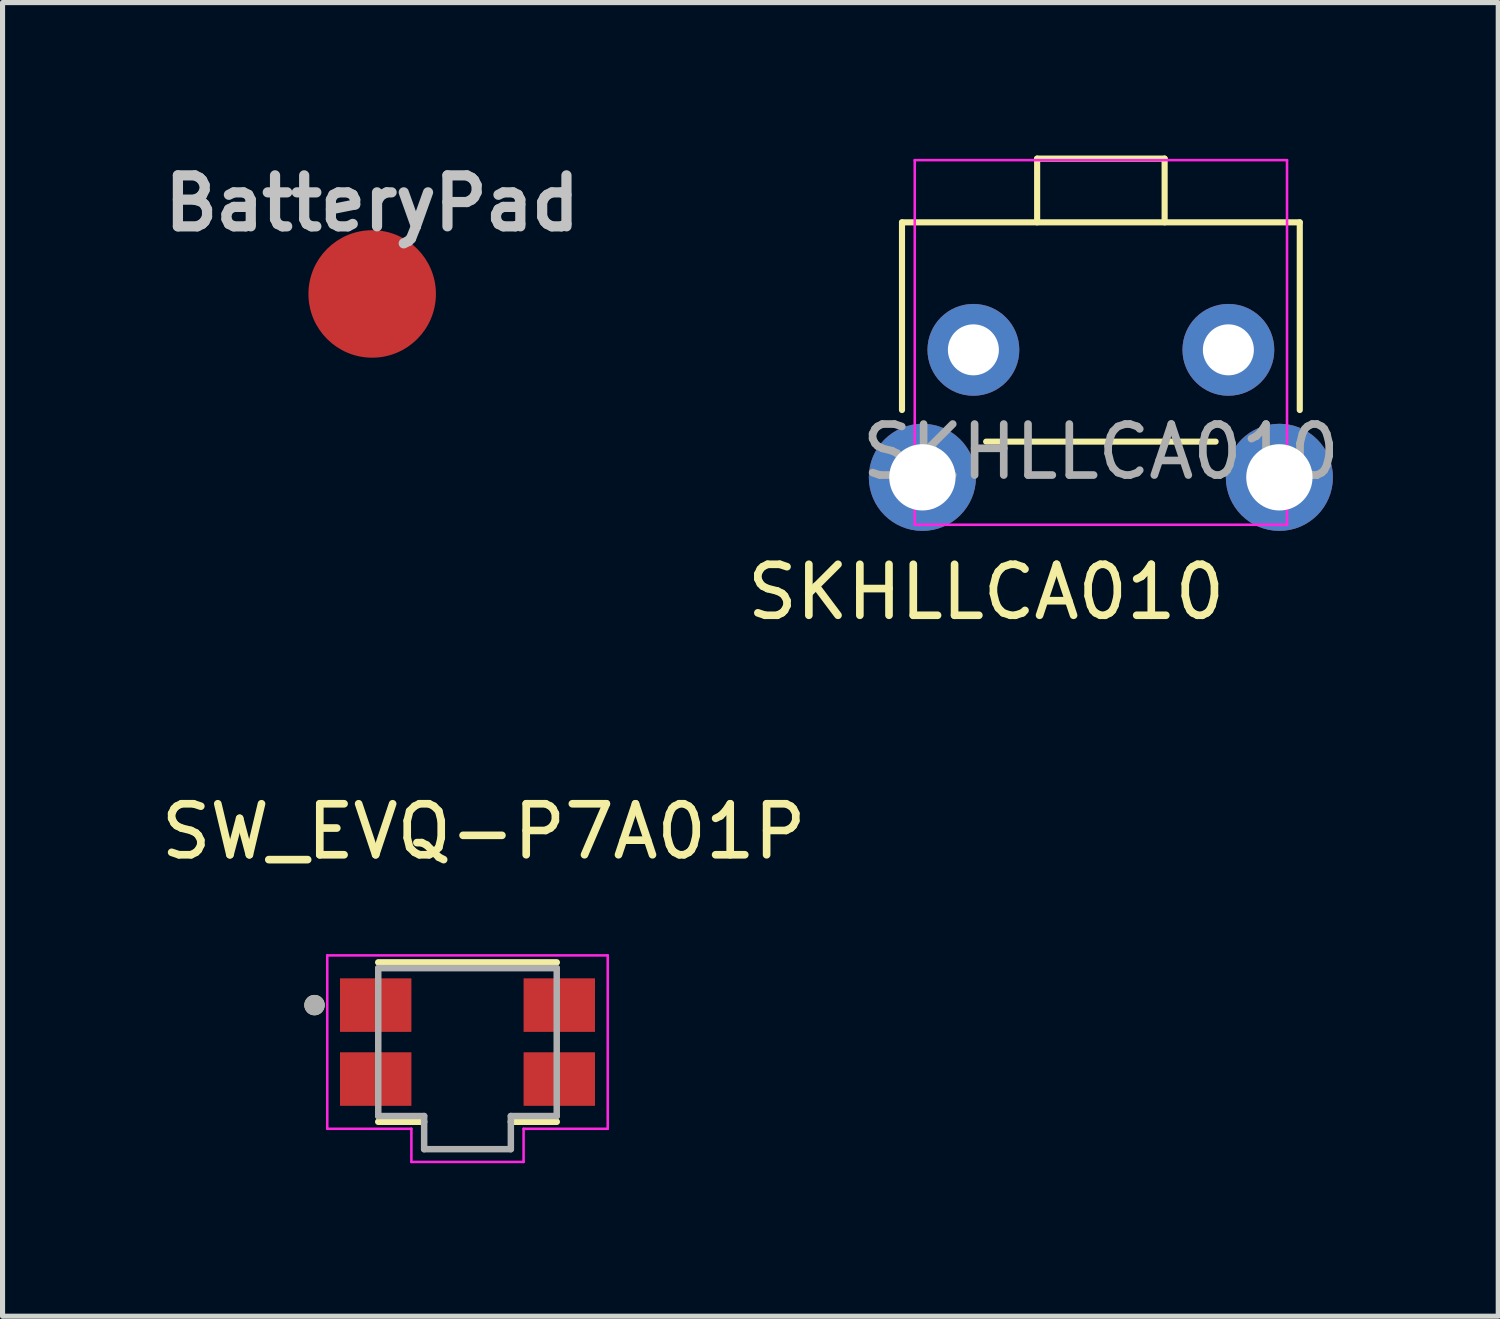
<source format=kicad_pcb>
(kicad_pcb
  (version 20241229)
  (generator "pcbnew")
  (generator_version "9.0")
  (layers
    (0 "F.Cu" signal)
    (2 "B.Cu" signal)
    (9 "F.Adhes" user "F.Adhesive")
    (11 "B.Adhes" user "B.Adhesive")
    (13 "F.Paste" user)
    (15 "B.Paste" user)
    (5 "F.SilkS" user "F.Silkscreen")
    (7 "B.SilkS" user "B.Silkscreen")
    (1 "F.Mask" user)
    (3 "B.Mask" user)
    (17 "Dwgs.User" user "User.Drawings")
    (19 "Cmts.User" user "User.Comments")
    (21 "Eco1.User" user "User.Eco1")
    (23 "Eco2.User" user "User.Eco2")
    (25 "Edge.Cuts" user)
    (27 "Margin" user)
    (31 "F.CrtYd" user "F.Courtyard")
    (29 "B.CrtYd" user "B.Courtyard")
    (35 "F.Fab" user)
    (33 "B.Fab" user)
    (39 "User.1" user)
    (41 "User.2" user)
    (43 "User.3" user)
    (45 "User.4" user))
  (footprint "BatteryPad"
    (layer "F.Cu")
    (at 4.248 2.714)
    (property "Reference" "BatteryPad" (at 0 -1.778 0) (layer "Dwgs.User") (effects (font (size 1 1) (thickness 0.2))))
    (attr through_hole)
    (pad "1" connect circle (at 0 0 270) (size 2.5 2.5) (layers "F.Cu" "F.Mask")))
  (footprint "SW_EVQ-P7A01P"
    (layer "F.Cu")
    (at 6.117 17.384)
    (property "Reference" "SW_EVQ-P7A01P" (at 0.318 -4.128 0) (layer "F.SilkS") (effects (font (size 1 1) (thickness 0.15))))
    (attr smd)
    (fp_line (start -1.75 -1.563) (end 1.75 -1.563) (stroke (width 0.127) (type solid)) (layer "F.SilkS"))
    (fp_line (start -0.85 1.563) (end -1.75 1.563) (stroke (width 0.127) (type solid)) (layer "F.SilkS"))
    (fp_line (start 1.75 1.563) (end 0.85 1.563) (stroke (width 0.127) (type solid)) (layer "F.SilkS"))
    (fp_circle (center -3 -0.725) (end -2.9 -0.725) (stroke (width 0.2) (type solid)) (fill no) (layer "F.SilkS"))
    (fp_line (start -2.75 -1.7) (end 2.75 -1.7) (stroke (width 0.05) (type solid)) (layer "F.CrtYd"))
    (fp_line (start -2.75 1.7) (end -2.75 -1.7) (stroke (width 0.05) (type solid)) (layer "F.CrtYd"))
    (fp_line (start -1.1 1.7) (end -2.75 1.7) (stroke (width 0.05) (type solid)) (layer "F.CrtYd"))
    (fp_line (start -1.1 2.35) (end -1.1 1.7) (stroke (width 0.05) (type solid)) (layer "F.CrtYd"))
    (fp_line (start 1.1 1.7) (end 1.1 2.35) (stroke (width 0.05) (type solid)) (layer "F.CrtYd"))
    (fp_line (start 1.1 2.35) (end -1.1 2.35) (stroke (width 0.05) (type solid)) (layer "F.CrtYd"))
    (fp_line (start 2.75 -1.7) (end 2.75 1.7) (stroke (width 0.05) (type solid)) (layer "F.CrtYd"))
    (fp_line (start 2.75 1.7) (end 1.1 1.7) (stroke (width 0.05) (type solid)) (layer "F.CrtYd"))
    (fp_line (start -1.75 -1.45) (end 1.75 -1.45) (stroke (width 0.127) (type solid)) (layer "F.Fab"))
    (fp_line (start -1.75 1.45) (end -1.75 -1.45) (stroke (width 0.127) (type solid)) (layer "F.Fab"))
    (fp_line (start -0.85 1.45) (end -1.75 1.45) (stroke (width 0.127) (type solid)) (layer "F.Fab"))
    (fp_line (start -0.85 2.1) (end -0.85 1.45) (stroke (width 0.127) (type solid)) (layer "F.Fab"))
    (fp_line (start 0.85 1.45) (end 0.85 2.1) (stroke (width 0.127) (type solid)) (layer "F.Fab"))
    (fp_line (start 0.85 2.1) (end -0.85 2.1) (stroke (width 0.127) (type solid)) (layer "F.Fab"))
    (fp_line (start 1.75 -1.45) (end 1.75 1.45) (stroke (width 0.127) (type solid)) (layer "F.Fab"))
    (fp_line (start 1.75 1.45) (end 0.85 1.45) (stroke (width 0.127) (type solid)) (layer "F.Fab"))
    (fp_circle (center -3 -0.725) (end -2.9 -0.725) (stroke (width 0.2) (type solid)) (fill no) (layer "F.Fab"))
    (pad "1_1" smd rect (at -1.8 -0.725) (size 1.4 1.05) (layers "F.Cu" "F.Mask" "F.Paste"))
    (pad "1_2" smd rect (at 1.8 -0.725) (size 1.4 1.05) (layers "F.Cu" "F.Mask" "F.Paste"))
    (pad "2_1" smd rect (at -1.8 0.725) (size 1.4 1.05) (layers "F.Cu" "F.Mask" "F.Paste"))
    (pad "2_2" smd rect (at 1.8 0.725) (size 1.4 1.05) (layers "F.Cu" "F.Mask" "F.Paste")))
  (footprint "SKHLLCA010"
    (layer "F.Cu")
    (at 18.537 5.06)
    (property "Reference" "SKHLLCA010" (at -2.25 3.5 0) (unlocked yes) (layer "F.SilkS") (effects (font (size 1 1) (thickness 0.15))))
    (attr through_hole)
    (fp_line (start -3.9 -3.75) (end 3.9 -3.75) (stroke (width 0.12) (type solid)) (layer "F.SilkS"))
    (fp_line (start -3.9 -0.07) (end -3.9 -3.75) (stroke (width 0.12) (type solid)) (layer "F.SilkS"))
    (fp_line (start -2.25 0.55) (end 2.25 0.55) (stroke (width 0.12) (type solid)) (layer "F.SilkS"))
    (fp_line (start -1.25 -5) (end 1.25 -5) (stroke (width 0.12) (type solid)) (layer "F.SilkS"))
    (fp_line (start -1.25 -3.75) (end -1.25 -5) (stroke (width 0.12) (type solid)) (layer "F.SilkS"))
    (fp_line (start 1.25 -3.75) (end 1.25 -5) (stroke (width 0.12) (type solid)) (layer "F.SilkS"))
    (fp_line (start 3.9 -0.07) (end 3.9 -3.75) (stroke (width 0.12) (type solid)) (layer "F.SilkS"))
    (fp_line (start -3.65 -4.97) (end -3.65 2.18) (stroke (width 0.05) (type solid)) (layer "F.CrtYd"))
    (fp_line (start -3.65 -4.97) (end 3.65 -4.97) (stroke (width 0.05) (type solid)) (layer "F.CrtYd"))
    (fp_line (start -3.65 2.18) (end 3.65 2.18) (stroke (width 0.05) (type solid)) (layer "F.CrtYd"))
    (fp_line (start 3.65 -4.97) (end 3.65 2.18) (stroke (width 0.05) (type solid)) (layer "F.CrtYd"))
    (fp_text user "${REFERENCE}" (at 0 0.75 0) (unlocked yes) (layer "F.Fab") (effects (font (size 1 1) (thickness 0.15))))
    (pad "1" thru_hole circle (at 2.5 -1.25) (size 1.8 1.8) (drill 1) (layers "*.Cu" "B.Mask"))
    (pad "2" thru_hole circle (at -2.5 -1.25) (size 1.8 1.8) (drill 1) (layers "*.Cu" "B.Mask"))
    (pad "MP" thru_hole circle (at -3.5 1.25) (size 2.1 2.1) (drill 1.3) (layers "*.Cu" "*.Mask"))
    (pad "MP" thru_hole circle (at 3.5 1.25) (size 2.1 2.1) (drill 1.3) (layers "*.Cu" "*.Mask")))
  (gr_rect
    (start -3 -3)
    (end 26.329 22.759)
    (stroke (width 0.1) (type default))
    (fill no)
    (layer "Edge.Cuts")))
</source>
